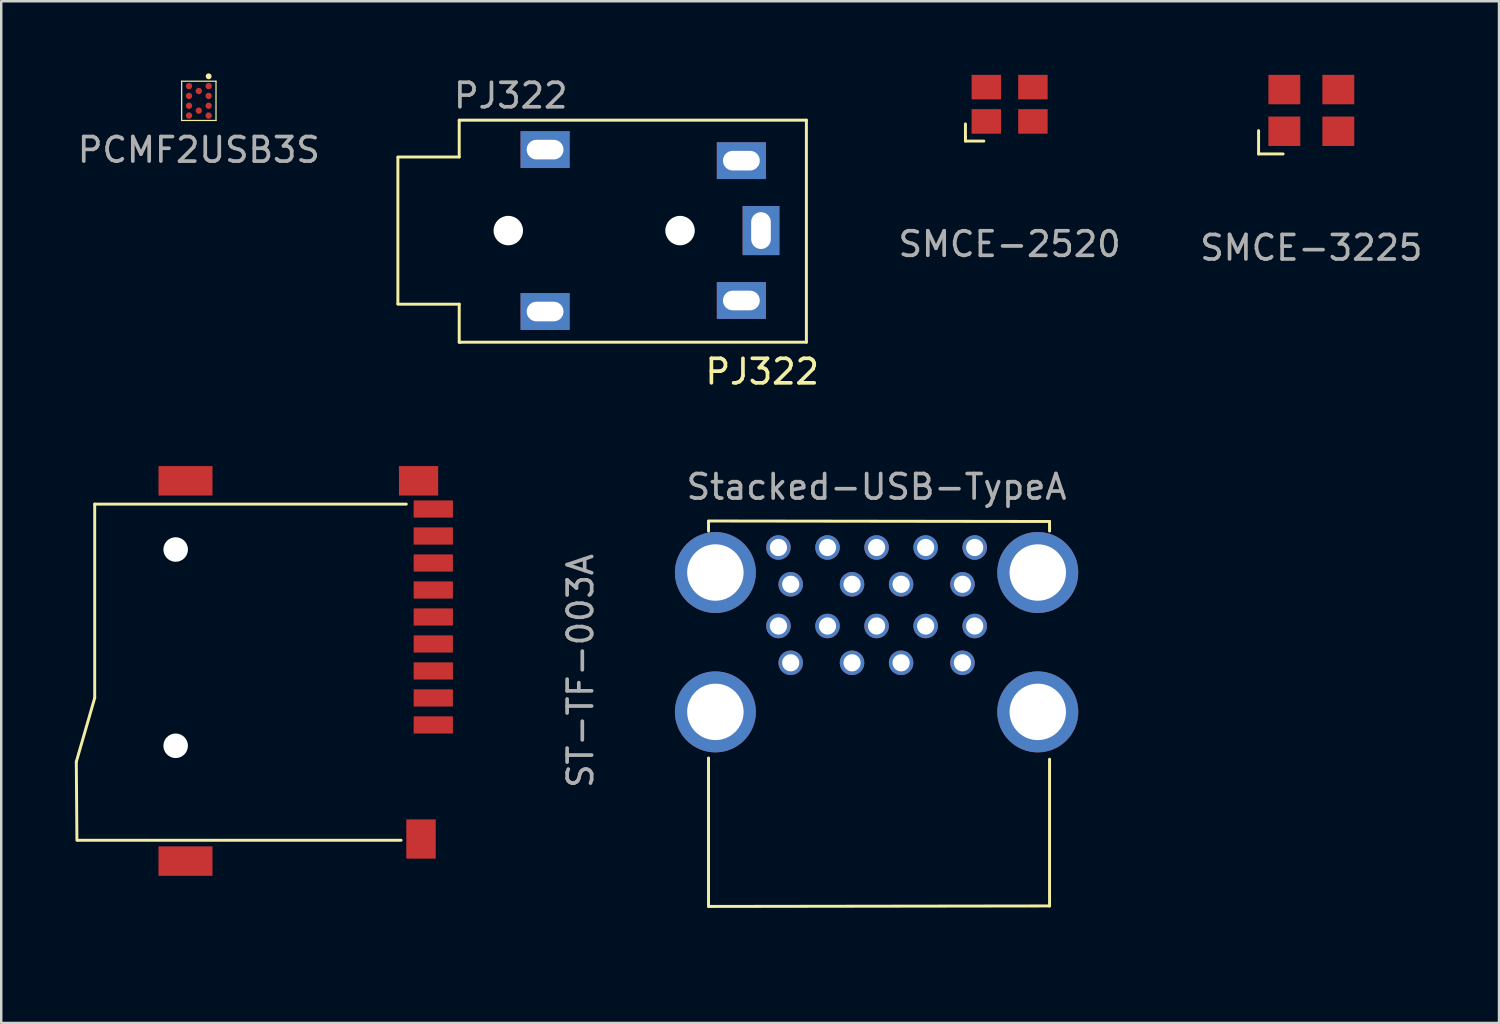
<source format=kicad_pcb>
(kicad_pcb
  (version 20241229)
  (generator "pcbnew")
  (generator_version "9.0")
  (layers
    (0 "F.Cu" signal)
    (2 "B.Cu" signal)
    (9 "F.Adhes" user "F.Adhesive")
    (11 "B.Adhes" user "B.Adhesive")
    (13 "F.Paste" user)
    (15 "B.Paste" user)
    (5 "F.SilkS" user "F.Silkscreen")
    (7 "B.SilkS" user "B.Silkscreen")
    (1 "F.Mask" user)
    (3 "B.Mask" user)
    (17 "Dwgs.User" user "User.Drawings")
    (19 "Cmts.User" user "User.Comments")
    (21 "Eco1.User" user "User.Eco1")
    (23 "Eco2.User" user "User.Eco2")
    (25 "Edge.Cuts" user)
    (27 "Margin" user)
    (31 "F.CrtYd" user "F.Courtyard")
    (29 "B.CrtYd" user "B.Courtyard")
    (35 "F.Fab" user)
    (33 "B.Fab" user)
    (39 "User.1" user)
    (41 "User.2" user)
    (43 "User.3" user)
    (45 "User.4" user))
  (footprint "PCMF2USB3S"
    (layer "F.Cu")
    (at 5.054 1.06)
    (property "Reference" "PCMF2USB3S" (at 0 2 0) (unlocked yes) (layer "User.1") (effects (font (size 1 1) (thickness 0.15))))
    (fp_line (start -0.7 -0.8) (end 0.7 -0.8) (stroke (width 0.05) (type solid)) (layer "F.SilkS"))
    (fp_line (start -0.7 0.8) (end -0.7 -0.8) (stroke (width 0.05) (type solid)) (layer "F.SilkS"))
    (fp_line (start -0.7 0.8) (end 0.7 0.8) (stroke (width 0.05) (type solid)) (layer "F.SilkS"))
    (fp_line (start 0.7 0.8) (end 0.7 -0.8) (stroke (width 0.05) (type solid)) (layer "F.SilkS"))
    (fp_circle (center 0.4 -1) (end 0.4 -1) (stroke (width 0.12) (type solid)) (fill no) (layer "F.SilkS"))
    (fp_text user "${REFERENCE}" (at 0 2 0) (unlocked yes) (layer "F.Fab") (effects (font (size 1 1) (thickness 0.15))))
    (pad "A1" smd circle (at 0.4 -0.6) (size 0.26 0.26) (layers "F.Cu" "F.Mask" "F.Paste"))
    (pad "A2" smd circle (at 0.4 -0.2) (size 0.26 0.26) (layers "F.Cu" "F.Mask" "F.Paste"))
    (pad "A3" smd circle (at 0.4 0.2) (size 0.26 0.26) (layers "F.Cu" "F.Mask" "F.Paste"))
    (pad "A4" smd circle (at 0.4 0.6) (size 0.26 0.26) (layers "F.Cu" "F.Mask" "F.Paste"))
    (pad "B1" smd circle (at 0 -0.4) (size 0.26 0.26) (layers "F.Cu" "F.Mask" "F.Paste"))
    (pad "B2" smd circle (at 0 0.4) (size 0.26 0.26) (layers "F.Cu" "F.Mask" "F.Paste"))
    (pad "C1" smd circle (at -0.4 -0.6) (size 0.26 0.26) (layers "F.Cu" "F.Mask" "F.Paste"))
    (pad "C2" smd circle (at -0.4 -0.2) (size 0.26 0.26) (layers "F.Cu" "F.Mask" "F.Paste"))
    (pad "C3" smd circle (at -0.4 0.2) (size 0.26 0.26) (layers "F.Cu" "F.Mask" "F.Paste"))
    (pad "C4" smd circle (at -0.4 0.6) (size 0.26 0.26) (layers "F.Cu" "F.Mask" "F.Paste")))
  (footprint "SMCE-3225"
    (layer "F.Cu")
    (at 50.398 1.45)
    (property "Reference" "SMCE-3225" (at 0 2.6 0) (unlocked yes) (layer "User.1") (effects (font (size 1 1) (thickness 0.15))))
    (fp_line (start -2.15 0.825) (end -2.15 1.775) (stroke (width 0.12) (type solid)) (layer "F.SilkS"))
    (fp_line (start -2.15 1.775) (end -1.15 1.775) (stroke (width 0.12) (type solid)) (layer "F.SilkS"))
    (fp_text user "${REFERENCE}" (at 0 5.6 0) (unlocked yes) (layer "F.Fab") (effects (font (size 1 1) (thickness 0.15))))
    (pad "1" smd rect (at -1.1 0.85) (size 1.3 1.2) (layers "F.Cu" "F.Mask" "F.Paste"))
    (pad "2" smd rect (at 1.1 0.85) (size 1.3 1.2) (layers "F.Cu" "F.Mask" "F.Paste"))
    (pad "3" smd rect (at 1.1 -0.85) (size 1.3 1.2) (layers "F.Cu" "F.Mask" "F.Paste"))
    (pad "4" smd rect (at -1.1 -0.85) (size 1.3 1.2) (layers "F.Cu" "F.Mask" "F.Paste")))
  (footprint "ST-TF-003A"
    (layer "F.Cu")
    (at 14.61 24.297)
    (property "Reference" "ST-TF-003A" (at 3 0 90) (unlocked yes) (layer "User.1") (effects (font (size 1 1) (thickness 0.15))))
    (fp_line (start -14.55 3.7) (end -13.8 1.1) (stroke (width 0.12) (type solid)) (layer "F.SilkS"))
    (fp_line (start -14.525 6.9) (end -14.55 3.7) (stroke (width 0.12) (type solid)) (layer "F.SilkS"))
    (fp_line (start -13.8 -6.8) (end -13.8 1.1) (stroke (width 0.12) (type solid)) (layer "F.SilkS"))
    (fp_line (start -1.312 6.9) (end -14.488 6.9) (stroke (width 0.12) (type solid)) (layer "F.SilkS"))
    (fp_line (start -1.1 -6.8) (end -13.8 -6.8) (stroke (width 0.12) (type solid)) (layer "F.SilkS"))
    (fp_text user "${REFERENCE}" (at 6 0 90) (unlocked yes) (layer "F.Fab") (effects (font (size 1 1) (thickness 0.15))))
    (pad "" np_thru_hole circle (at -10.5 -4.95) (size 1 1) (drill 1) (layers "*.Cu" "*.Mask"))
    (pad "" np_thru_hole circle (at -10.5 3.05) (size 1 1) (drill 1) (layers "*.Cu" "*.Mask"))
    (pad "1" smd rect (at 0 2.2) (size 1.6 0.7) (layers "F.Cu" "F.Mask" "F.Paste"))
    (pad "2" smd rect (at 0 1.1) (size 1.6 0.7) (layers "F.Cu" "F.Mask" "F.Paste"))
    (pad "3" smd rect (at 0 0) (size 1.6 0.7) (layers "F.Cu" "F.Mask" "F.Paste"))
    (pad "4" smd rect (at 0 -1.1) (size 1.6 0.7) (layers "F.Cu" "F.Mask" "F.Paste"))
    (pad "5" smd rect (at 0 -2.2) (size 1.6 0.7) (layers "F.Cu" "F.Mask" "F.Paste"))
    (pad "6" smd rect (at 0 -3.3) (size 1.6 0.7) (layers "F.Cu" "F.Mask" "F.Paste"))
    (pad "7" smd rect (at 0 -4.4) (size 1.6 0.7) (layers "F.Cu" "F.Mask" "F.Paste"))
    (pad "8" smd rect (at 0 -5.5) (size 1.6 0.7) (layers "F.Cu" "F.Mask" "F.Paste"))
    (pad "9" smd rect (at 0 -6.6) (size 1.6 0.7) (layers "F.Cu" "F.Mask" "F.Paste"))
    (pad "10" smd rect (at -0.5 6.85 90) (size 1.6 1.2) (layers "F.Cu" "F.Mask" "F.Paste"))
    (pad "11" smd rect (at -0.6 -7.75) (size 1.6 1.2) (layers "F.Cu" "F.Mask" "F.Paste"))
    (pad "12" smd rect (at -10.1 7.75) (size 2.2 1.2) (layers "F.Cu" "F.Mask" "F.Paste"))
    (pad "13" smd rect (at -10.1 -7.75) (size 2.2 1.2) (layers "F.Cu" "F.Mask" "F.Paste")))
  (footprint "Stacked-USB-TypeA"
    (layer "F.Cu")
    (at 32.678 35.395)
    (property "Reference" "Stacked-USB-TypeA" (at 0 -18.6 0) (unlocked yes) (layer "User.1") (effects (font (size 1 1) (thickness 0.15))))
    (fp_line (start -6.85 -16.8) (end -6.85 -17.2) (stroke (width 0.12) (type solid)) (layer "F.SilkS"))
    (fp_line (start -6.85 -1.5) (end -6.85 -7.55) (stroke (width 0.12) (type solid)) (layer "F.SilkS"))
    (fp_line (start 7.05 -17.19) (end -6.85 -17.21) (stroke (width 0.12) (type solid)) (layer "F.SilkS"))
    (fp_line (start 7.05 -16.8) (end 7.05 -17.19) (stroke (width 0.12) (type solid)) (layer "F.SilkS"))
    (fp_line (start 7.05 -1.52) (end -6.85 -1.5) (stroke (width 0.12) (type solid)) (layer "F.SilkS"))
    (fp_line (start 7.05 -1.52) (end 7.05 -7.5) (stroke (width 0.12) (type solid)) (layer "F.SilkS"))
    (fp_text user "${REFERENCE}" (at 0 -18.6 0) (unlocked yes) (layer "F.Fab") (effects (font (size 1 1) (thickness 0.15))))
    (pad "1" thru_hole circle (at -3.5 -11.43) (size 1 1) (drill 0.7) (layers "*.Cu" "*.Mask"))
    (pad "2" thru_hole circle (at -1 -11.43) (size 1 1) (drill 0.7) (layers "*.Cu" "*.Mask"))
    (pad "3" thru_hole circle (at 1 -11.43) (size 1 1) (drill 0.7) (layers "*.Cu" "*.Mask"))
    (pad "4" thru_hole circle (at 3.5 -11.43) (size 1 1) (drill 0.7) (layers "*.Cu" "*.Mask"))
    (pad "5" thru_hole circle (at 4 -12.93) (size 1 1) (drill 0.7) (layers "*.Cu" "*.Mask"))
    (pad "6" thru_hole circle (at 2 -12.93) (size 1 1) (drill 0.7) (layers "*.Cu" "*.Mask"))
    (pad "7" thru_hole circle (at 0 -12.93) (size 1 1) (drill 0.7) (layers "*.Cu" "*.Mask"))
    (pad "8" thru_hole circle (at -2 -12.93 90) (size 1 1) (drill 0.7) (layers "*.Cu" "*.Mask"))
    (pad "9" thru_hole circle (at -4 -12.93) (size 1 1) (drill 0.7) (layers "*.Cu" "*.Mask"))
    (pad "10" thru_hole circle (at -3.5 -14.63) (size 1 1) (drill 0.7) (layers "*.Cu" "*.Mask"))
    (pad "11" thru_hole circle (at -1 -14.63) (size 1 1) (drill 0.7) (layers "*.Cu" "*.Mask"))
    (pad "12" thru_hole circle (at 1 -14.63) (size 1 1) (drill 0.7) (layers "*.Cu" "*.Mask"))
    (pad "13" thru_hole circle (at 3.5 -14.63) (size 1 1) (drill 0.7) (layers "*.Cu" "*.Mask"))
    (pad "14" thru_hole circle (at 4 -16.13) (size 1 1) (drill 0.7) (layers "*.Cu" "*.Mask"))
    (pad "15" thru_hole circle (at 2 -16.13) (size 1 1) (drill 0.7) (layers "*.Cu" "*.Mask"))
    (pad "16" thru_hole circle (at 0 -16.13) (size 1 1) (drill 0.7) (layers "*.Cu" "*.Mask"))
    (pad "17" thru_hole circle (at -2 -16.13) (size 1 1) (drill 0.7) (layers "*.Cu" "*.Mask"))
    (pad "18" thru_hole circle (at -4 -16.13) (size 1 1) (drill 0.7) (layers "*.Cu" "*.Mask"))
    (pad "19" thru_hole circle (at -6.57 -9.43) (size 3.3 3.3) (drill 2.3) (layers "*.Cu" "*.Mask"))
    (pad "20" thru_hole circle (at 6.57 -9.43) (size 3.3 3.3) (drill 2.3) (layers "*.Cu" "*.Mask"))
    (pad "21" thru_hole circle (at -6.57 -15.11) (size 3.3 3.3) (drill 2.3) (layers "*.Cu" "*.Mask"))
    (pad "22" thru_hole circle (at 6.57 -15.11) (size 3.3 3.3) (drill 2.3) (layers "*.Cu" "*.Mask")))
  (footprint "PJ322"
    (layer "F.Cu")
    (at 15.667 6.348)
    (property "Reference" "PJ322" (at 12.35 5.75 0) (unlocked yes) (layer "F.SilkS") (effects (font (size 1 1) (thickness 0.15))))
    (fp_line (start -2.5 2.975) (end -2.5 -2.975) (stroke (width 0.12) (type solid)) (layer "F.SilkS"))
    (fp_line (start 0 -4.5) (end 0 -3) (stroke (width 0.12) (type solid)) (layer "F.SilkS"))
    (fp_line (start 0 -4.5) (end 14.15 -4.5) (stroke (width 0.12) (type solid)) (layer "F.SilkS"))
    (fp_line (start 0 -3) (end -2.5 -3) (stroke (width 0.12) (type solid)) (layer "F.SilkS"))
    (fp_line (start 0 3) (end -2.5 3) (stroke (width 0.12) (type solid)) (layer "F.SilkS"))
    (fp_line (start 0 4.55) (end 0 3) (stroke (width 0.12) (type solid)) (layer "F.SilkS"))
    (fp_line (start 0.05 4.55) (end 0 4.55) (stroke (width 0.12) (type solid)) (layer "F.SilkS"))
    (fp_line (start 14.15 -4.5) (end 14.15 4.55) (stroke (width 0.12) (type solid)) (layer "F.SilkS"))
    (fp_line (start 14.15 4.55) (end 0.05 4.55) (stroke (width 0.12) (type solid)) (layer "F.SilkS"))
    (fp_text user "${REFERENCE}" (at 2.1 -5.5 0) (unlocked yes) (layer "F.Fab") (effects (font (size 1 1) (thickness 0.15))))
    (pad "" np_thru_hole circle (at 2 0 90) (size 1.2 1.2) (drill 1.2) (layers "*.Cu" "*.Mask"))
    (pad "" np_thru_hole circle (at 9 0 90) (size 1.2 1.2) (drill 1.2) (layers "*.Cu" "*.Mask"))
    (pad "2" thru_hole rect (at 11.5 2.85) (size 2 1.5) (drill oval 1.5 0.8) (layers "*.Cu" "*.Mask"))
    (pad "3" thru_hole rect (at 3.5 -3.3) (size 2 1.5) (drill oval 1.5 0.8) (layers "*.Cu" "*.Mask"))
    (pad "3" thru_hole rect (at 3.5 3.3) (size 2 1.5) (drill oval 1.5 0.8) (layers "*.Cu" "*.Mask"))
    (pad "4" thru_hole rect (at 11.5 -2.85) (size 2 1.5) (drill oval 1.5 0.8) (layers "*.Cu" "*.Mask"))
    (pad "4" thru_hole rect (at 12.3 0 90) (size 2 1.5) (drill oval 1.5 0.8) (layers "*.Cu" "*.Mask")))
  (footprint "SMCE-2520"
    (layer "F.Cu")
    (at 38.1 1.2)
    (property "Reference" "SMCE-2520" (at 0 2.7 0) (unlocked yes) (layer "User.1") (effects (font (size 1 1) (thickness 0.15))))
    (fp_line (start -1.8 0.8) (end -1.8 1.35) (stroke (width 0.12) (type solid)) (layer "F.SilkS"))
    (fp_line (start -1.8 1.35) (end -1.8 1.5) (stroke (width 0.12) (type solid)) (layer "F.SilkS"))
    (fp_line (start -1.8 1.5) (end -1.05 1.5) (stroke (width 0.12) (type solid)) (layer "F.SilkS"))
    (fp_text user "${REFERENCE}" (at 0 5.7 0) (unlocked yes) (layer "F.Fab") (effects (font (size 1 1) (thickness 0.15))))
    (pad "1" smd rect (at -0.95 0.7) (size 1.2 1) (layers "F.Cu" "F.Mask" "F.Paste"))
    (pad "2" smd rect (at 0.95 0.7) (size 1.2 1) (layers "F.Cu" "F.Mask" "F.Paste"))
    (pad "3" smd rect (at 0.95 -0.7) (size 1.2 1) (layers "F.Cu" "F.Mask" "F.Paste"))
    (pad "4" smd rect (at -0.95 -0.7) (size 1.2 1) (layers "F.Cu" "F.Mask" "F.Paste")))
  (gr_rect
    (start -3 -3)
    (end 58.047 38.645)
    (stroke (width 0.1) (type default))
    (fill no)
    (layer "Edge.Cuts")))
</source>
